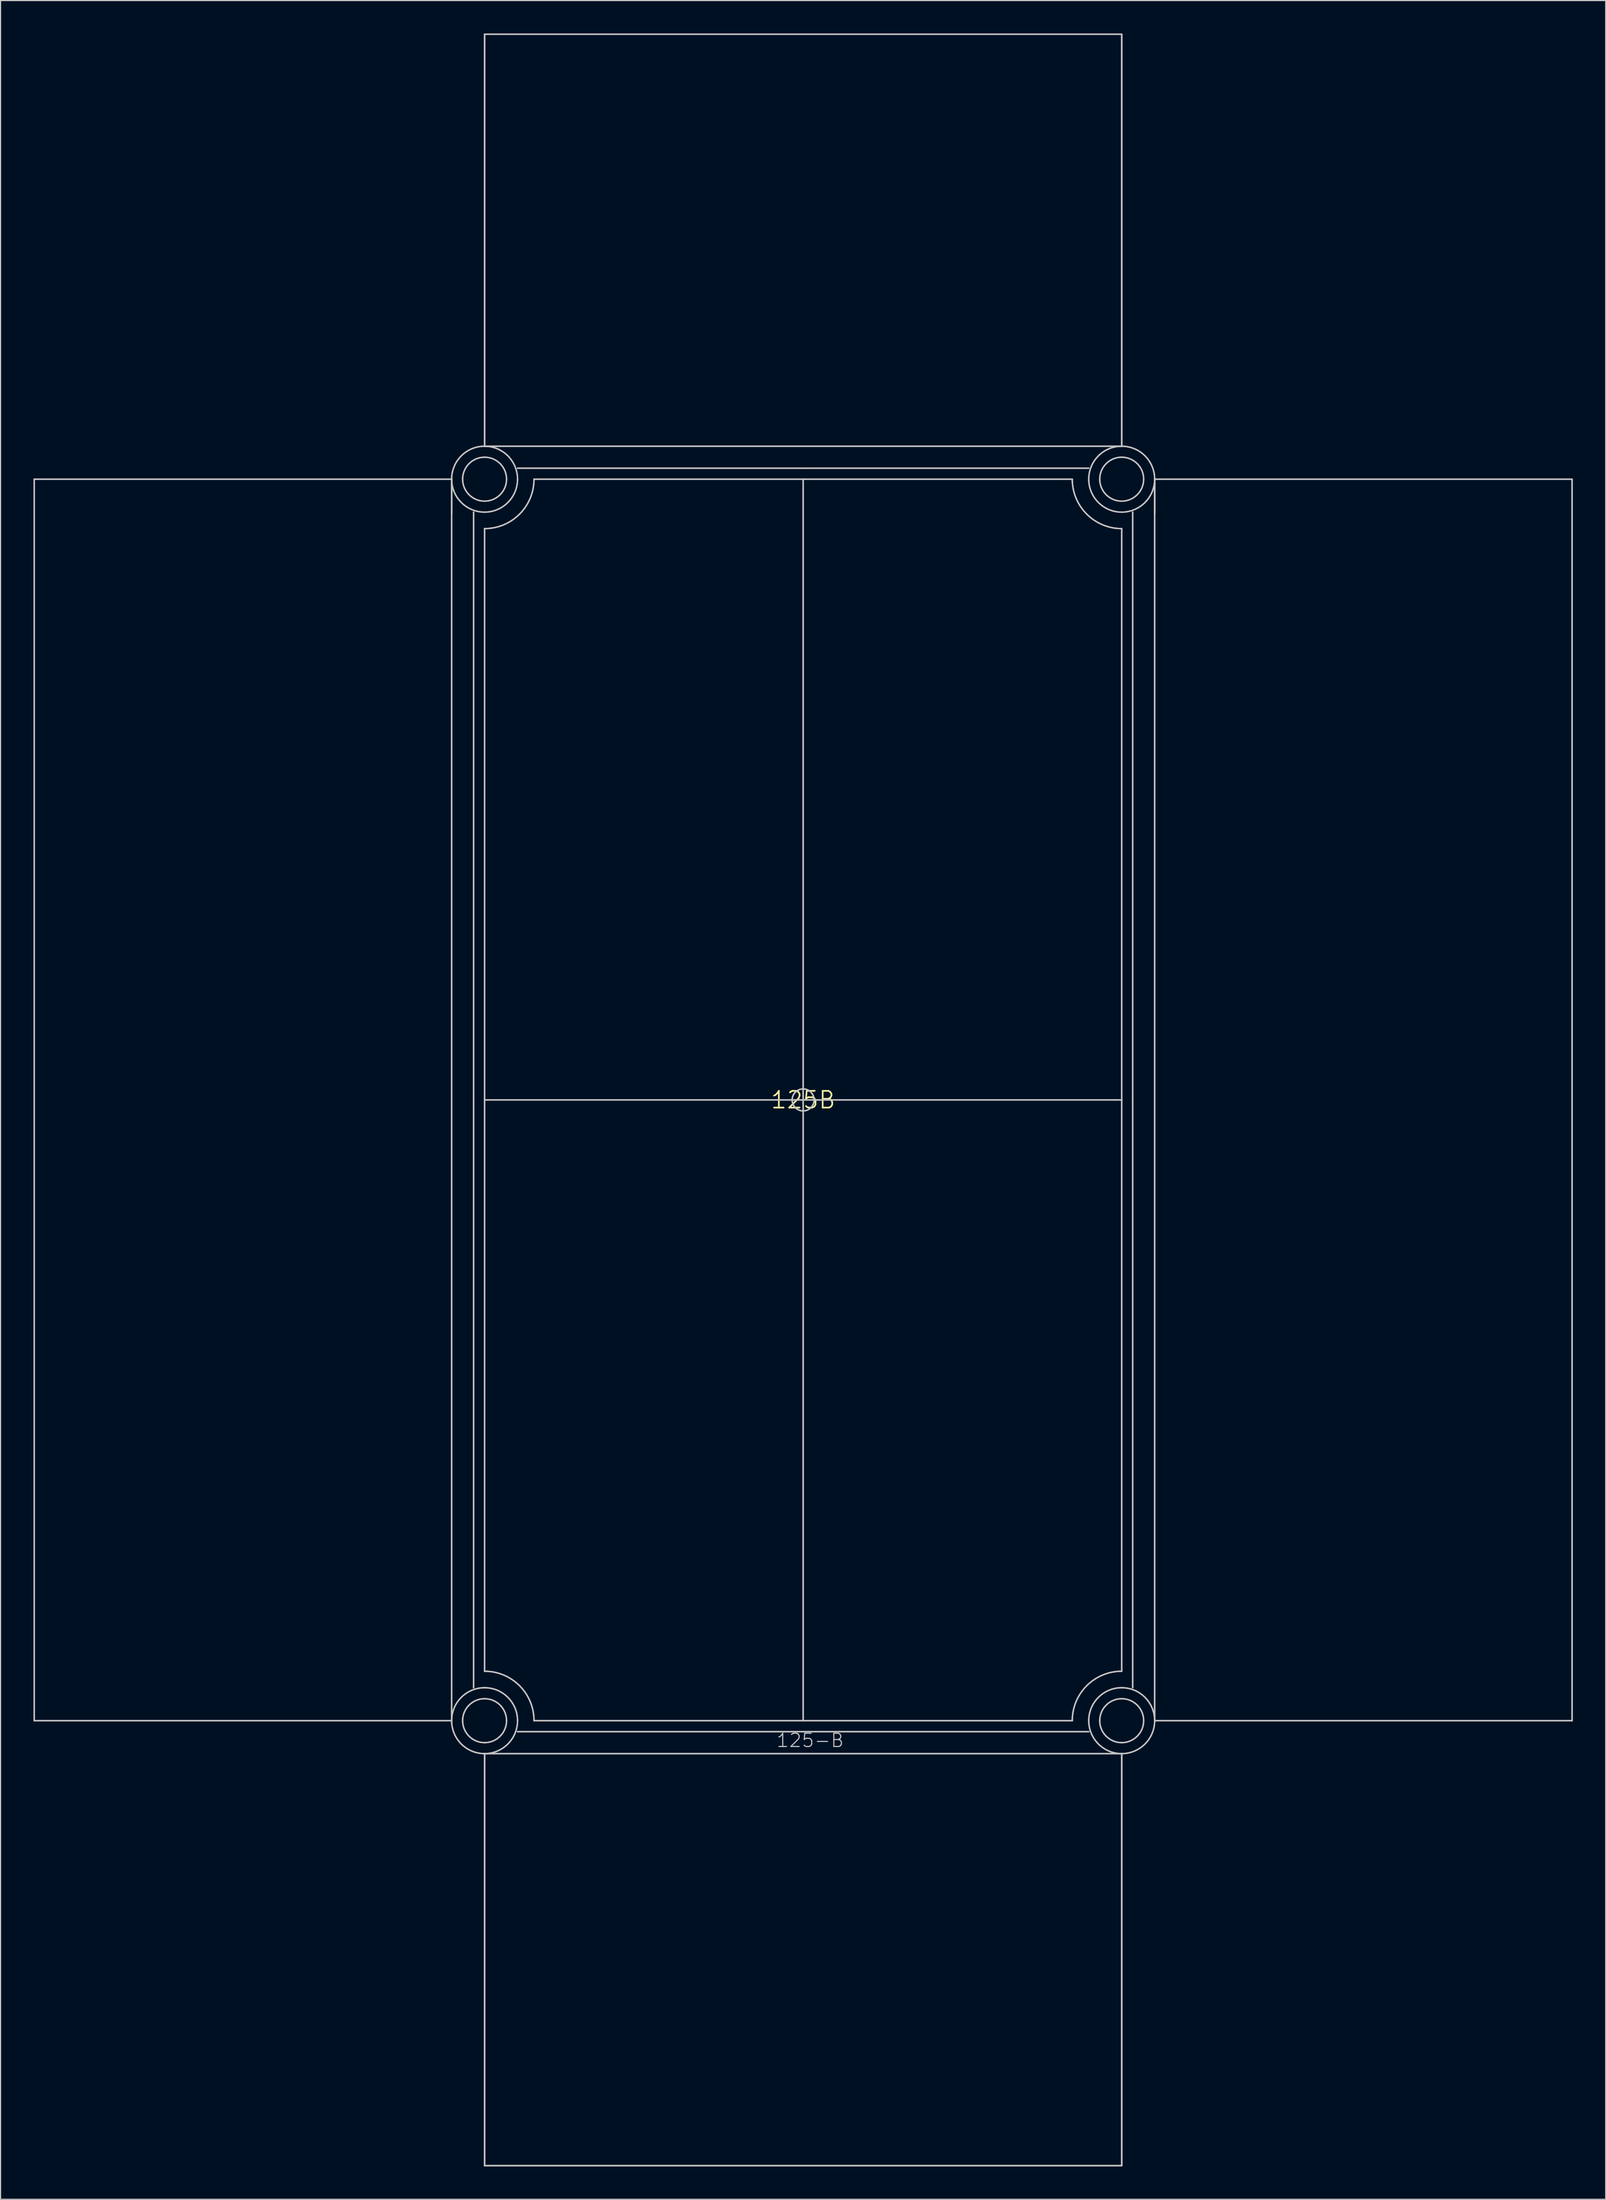
<source format=kicad_pcb>
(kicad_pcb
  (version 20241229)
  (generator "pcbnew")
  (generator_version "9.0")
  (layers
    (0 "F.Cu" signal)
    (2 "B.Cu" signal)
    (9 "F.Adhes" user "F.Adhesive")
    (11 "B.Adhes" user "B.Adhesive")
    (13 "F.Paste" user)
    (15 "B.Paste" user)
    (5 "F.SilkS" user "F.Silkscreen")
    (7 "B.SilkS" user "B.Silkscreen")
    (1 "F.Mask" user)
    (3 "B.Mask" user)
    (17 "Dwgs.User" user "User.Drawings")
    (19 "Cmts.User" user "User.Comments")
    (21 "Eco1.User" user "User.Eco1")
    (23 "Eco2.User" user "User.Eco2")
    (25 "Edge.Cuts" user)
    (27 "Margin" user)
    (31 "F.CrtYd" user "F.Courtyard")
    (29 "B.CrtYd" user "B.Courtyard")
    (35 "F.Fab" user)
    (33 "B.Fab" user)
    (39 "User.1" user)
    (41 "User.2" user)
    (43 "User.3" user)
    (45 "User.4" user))
  (footprint "125B"
    (layer "F.Cu")
    (at 70.064 97.064)
    (property "Reference" "125B" (at 0 0 0) (layer "F.SilkS") (effects (font (size 1.524 1.524) (thickness 0.15))))
    (attr through_hole)
    (fp_line (start -70 -56.5) (end -70 56.5) (stroke (width 0.127) (type solid)) (layer "Dwgs.User"))
    (fp_line (start -70 -56.5) (end -32 -56.5) (stroke (width 0.127) (type solid)) (layer "Dwgs.User"))
    (fp_line (start -70 56.5) (end -70 -56.5) (stroke (width 0.127) (type solid)) (layer "Dwgs.User"))
    (fp_line (start -70 56.5) (end -32 56.5) (stroke (width 0.127) (type solid)) (layer "Dwgs.User"))
    (fp_line (start -32 -56.5) (end -70 -56.5) (stroke (width 0.127) (type solid)) (layer "Dwgs.User"))
    (fp_line (start -32 -56.5) (end -32 -53.365) (stroke (width 0.127) (type solid)) (layer "Dwgs.User"))
    (fp_line (start -32 -56.5) (end -32 56.5) (stroke (width 0.127) (type solid)) (layer "Dwgs.User"))
    (fp_line (start -32 -53.365) (end -32 -56.5) (stroke (width 0.127) (type solid)) (layer "Dwgs.User"))
    (fp_line (start -32 56.5) (end -70 56.5) (stroke (width 0.127) (type solid)) (layer "Dwgs.User"))
    (fp_line (start -32 56.5) (end -32 -56.5) (stroke (width 0.127) (type solid)) (layer "Dwgs.User"))
    (fp_line (start -30 0) (end -30 -53.5) (stroke (width 0.127) (type solid)) (layer "Dwgs.User"))
    (fp_line (start -30 0) (end -30 -53.5) (stroke (width 0.127) (type solid)) (layer "Dwgs.User"))
    (fp_line (start -30 53.5) (end -30 0) (stroke (width 0.127) (type solid)) (layer "Dwgs.User"))
    (fp_line (start -30 53.5) (end -30 0) (stroke (width 0.127) (type solid)) (layer "Dwgs.User"))
    (fp_line (start -29 -97) (end -29 -59.5) (stroke (width 0.127) (type solid)) (layer "Dwgs.User"))
    (fp_line (start -29 -97) (end 29 -97) (stroke (width 0.127) (type solid)) (layer "Dwgs.User"))
    (fp_line (start -29 -59.5) (end -29 -97) (stroke (width 0.127) (type solid)) (layer "Dwgs.User"))
    (fp_line (start -29 -59.5) (end -29 -97) (stroke (width 0.127) (type solid)) (layer "Dwgs.User"))
    (fp_line (start -29 -59.5) (end 29 -59.5) (stroke (width 0.127) (type solid)) (layer "Dwgs.User"))
    (fp_line (start -29 0) (end -29 -52) (stroke (width 0.127) (type solid)) (layer "Dwgs.User"))
    (fp_line (start -29 0) (end -29 -52) (stroke (width 0.127) (type solid)) (layer "Dwgs.User"))
    (fp_line (start -29 0) (end 0 0) (stroke (width 0.127) (type solid)) (layer "Dwgs.User"))
    (fp_line (start -29 52) (end -29 0) (stroke (width 0.127) (type solid)) (layer "Dwgs.User"))
    (fp_line (start -29 52) (end -29 0) (stroke (width 0.127) (type solid)) (layer "Dwgs.User"))
    (fp_line (start -29 59.5) (end -29 97) (stroke (width 0.127) (type solid)) (layer "Dwgs.User"))
    (fp_line (start -29 59.5) (end -29 97) (stroke (width 0.127) (type solid)) (layer "Dwgs.User"))
    (fp_line (start -29 59.5) (end 29 59.5) (stroke (width 0.127) (type solid)) (layer "Dwgs.User"))
    (fp_line (start -29 97) (end -29 59.5) (stroke (width 0.127) (type solid)) (layer "Dwgs.User"))
    (fp_line (start -29 97) (end 29 97) (stroke (width 0.127) (type solid)) (layer "Dwgs.User"))
    (fp_line (start -26 -57.5) (end 0 -57.5) (stroke (width 0.127) (type solid)) (layer "Dwgs.User"))
    (fp_line (start -26 57.5) (end 0 57.5) (stroke (width 0.127) (type solid)) (layer "Dwgs.User"))
    (fp_line (start -24.5 -56.5) (end 0 -56.5) (stroke (width 0.127) (type solid)) (layer "Dwgs.User"))
    (fp_line (start -24.5 56.5) (end 0 56.5) (stroke (width 0.127) (type solid)) (layer "Dwgs.User"))
    (fp_line (start 0 -57.5) (end -26 -57.5) (stroke (width 0.127) (type solid)) (layer "Dwgs.User"))
    (fp_line (start 0 -57.5) (end 26 -57.5) (stroke (width 0.127) (type solid)) (layer "Dwgs.User"))
    (fp_line (start 0 -56.5) (end -24.5 -56.5) (stroke (width 0.127) (type solid)) (layer "Dwgs.User"))
    (fp_line (start 0 -56.5) (end 0 0) (stroke (width 0.127) (type solid)) (layer "Dwgs.User"))
    (fp_line (start 0 -56.5) (end 0 0) (stroke (width 0.127) (type solid)) (layer "Dwgs.User"))
    (fp_line (start 0 -56.5) (end 24.5 -56.5) (stroke (width 0.127) (type solid)) (layer "Dwgs.User"))
    (fp_line (start 0 0) (end -29 0) (stroke (width 0.127) (type solid)) (layer "Dwgs.User"))
    (fp_line (start 0 0) (end 0 56.5) (stroke (width 0.127) (type solid)) (layer "Dwgs.User"))
    (fp_line (start 0 0) (end 0 56.5) (stroke (width 0.127) (type solid)) (layer "Dwgs.User"))
    (fp_line (start 0 0) (end 29 0) (stroke (width 0.127) (type solid)) (layer "Dwgs.User"))
    (fp_line (start 0 56.5) (end -24.5 56.5) (stroke (width 0.127) (type solid)) (layer "Dwgs.User"))
    (fp_line (start 0 56.5) (end 24.5 56.5) (stroke (width 0.127) (type solid)) (layer "Dwgs.User"))
    (fp_line (start 0 57.5) (end -26 57.5) (stroke (width 0.127) (type solid)) (layer "Dwgs.User"))
    (fp_line (start 0 57.5) (end 26 57.5) (stroke (width 0.127) (type solid)) (layer "Dwgs.User"))
    (fp_line (start 24.5 -56.5) (end 0 -56.5) (stroke (width 0.127) (type solid)) (layer "Dwgs.User"))
    (fp_line (start 24.5 56.5) (end 0 56.5) (stroke (width 0.127) (type solid)) (layer "Dwgs.User"))
    (fp_line (start 26 -57.5) (end 0 -57.5) (stroke (width 0.127) (type solid)) (layer "Dwgs.User"))
    (fp_line (start 26 57.5) (end 0 57.5) (stroke (width 0.127) (type solid)) (layer "Dwgs.User"))
    (fp_line (start 29 -97) (end -29 -97) (stroke (width 0.127) (type solid)) (layer "Dwgs.User"))
    (fp_line (start 29 -97) (end 29 -59.5) (stroke (width 0.127) (type solid)) (layer "Dwgs.User"))
    (fp_line (start 29 -59.5) (end -29 -59.5) (stroke (width 0.127) (type solid)) (layer "Dwgs.User"))
    (fp_line (start 29 -59.5) (end 29 -97) (stroke (width 0.127) (type solid)) (layer "Dwgs.User"))
    (fp_line (start 29 -59.5) (end 29 -97) (stroke (width 0.127) (type solid)) (layer "Dwgs.User"))
    (fp_line (start 29 0) (end 0 0) (stroke (width 0.127) (type solid)) (layer "Dwgs.User"))
    (fp_line (start 29 0) (end 29 -52) (stroke (width 0.127) (type solid)) (layer "Dwgs.User"))
    (fp_line (start 29 0) (end 29 -52) (stroke (width 0.127) (type solid)) (layer "Dwgs.User"))
    (fp_line (start 29 52) (end 29 0) (stroke (width 0.127) (type solid)) (layer "Dwgs.User"))
    (fp_line (start 29 52) (end 29 0) (stroke (width 0.127) (type solid)) (layer "Dwgs.User"))
    (fp_line (start 29 59.5) (end -29 59.5) (stroke (width 0.127) (type solid)) (layer "Dwgs.User"))
    (fp_line (start 29 59.5) (end 29 97) (stroke (width 0.127) (type solid)) (layer "Dwgs.User"))
    (fp_line (start 29 59.5) (end 29 97) (stroke (width 0.127) (type solid)) (layer "Dwgs.User"))
    (fp_line (start 29 97) (end -29 97) (stroke (width 0.127) (type solid)) (layer "Dwgs.User"))
    (fp_line (start 29 97) (end 29 59.5) (stroke (width 0.127) (type solid)) (layer "Dwgs.User"))
    (fp_line (start 30 0) (end 30 -53.5) (stroke (width 0.127) (type solid)) (layer "Dwgs.User"))
    (fp_line (start 30 0) (end 30 -53.5) (stroke (width 0.127) (type solid)) (layer "Dwgs.User"))
    (fp_line (start 30 53.5) (end 30 0) (stroke (width 0.127) (type solid)) (layer "Dwgs.User"))
    (fp_line (start 30 53.5) (end 30 0) (stroke (width 0.127) (type solid)) (layer "Dwgs.User"))
    (fp_line (start 32 -56.5) (end 32 -53.365) (stroke (width 0.127) (type solid)) (layer "Dwgs.User"))
    (fp_line (start 32 -56.5) (end 32 56.5) (stroke (width 0.127) (type solid)) (layer "Dwgs.User"))
    (fp_line (start 32 -56.5) (end 70 -56.5) (stroke (width 0.127) (type solid)) (layer "Dwgs.User"))
    (fp_line (start 32 -53.365) (end 32 -56.5) (stroke (width 0.127) (type solid)) (layer "Dwgs.User"))
    (fp_line (start 32 56.5) (end 32 -56.5) (stroke (width 0.127) (type solid)) (layer "Dwgs.User"))
    (fp_line (start 32 56.5) (end 70 56.5) (stroke (width 0.127) (type solid)) (layer "Dwgs.User"))
    (fp_line (start 70 -56.5) (end 32 -56.5) (stroke (width 0.127) (type solid)) (layer "Dwgs.User"))
    (fp_line (start 70 -56.5) (end 70 56.5) (stroke (width 0.127) (type solid)) (layer "Dwgs.User"))
    (fp_line (start 70 56.5) (end 32 56.5) (stroke (width 0.127) (type solid)) (layer "Dwgs.User"))
    (fp_line (start 70 56.5) (end 70 -56.5) (stroke (width 0.127) (type solid)) (layer "Dwgs.User"))
    (fp_arc (start -29 52) (mid -25.818019 53.318019) (end -24.5 56.5) (stroke (width 0.127) (type solid)) (layer "Dwgs.User"))
    (fp_arc (start -29 52) (mid -25.818019 53.318019) (end -24.5 56.5) (stroke (width 0.127) (type solid)) (layer "Dwgs.User"))
    (fp_arc (start -24.5 -56.5) (mid -25.818019 -53.318019) (end -29 -52) (stroke (width 0.127) (type solid)) (layer "Dwgs.User"))
    (fp_arc (start -24.5 -56.5) (mid -25.818019 -53.318019) (end -29 -52) (stroke (width 0.127) (type solid)) (layer "Dwgs.User"))
    (fp_arc (start 24.5 56.5) (mid 25.818019 53.318019) (end 29 52) (stroke (width 0.127) (type solid)) (layer "Dwgs.User"))
    (fp_arc (start 24.5 56.5) (mid 25.818019 53.318019) (end 29 52) (stroke (width 0.127) (type solid)) (layer "Dwgs.User"))
    (fp_arc (start 29 -52) (mid 25.818019 -53.318019) (end 24.5 -56.5) (stroke (width 0.127) (type solid)) (layer "Dwgs.User"))
    (fp_arc (start 29 -52) (mid 25.818019 -53.318019) (end 24.5 -56.5) (stroke (width 0.127) (type solid)) (layer "Dwgs.User"))
    (fp_circle (center -29 -56.5) (end -27 -56.5) (stroke (width 0.127) (type solid)) (fill no) (layer "Dwgs.User"))
    (fp_circle (center -29 -56.5) (end -27 -56.5) (stroke (width 0.127) (type solid)) (fill no) (layer "Dwgs.User"))
    (fp_circle (center -29 -56.5) (end -26 -56.5) (stroke (width 0.127) (type solid)) (fill no) (layer "Dwgs.User"))
    (fp_circle (center -29 -56.5) (end -26 -56.5) (stroke (width 0.127) (type solid)) (fill no) (layer "Dwgs.User"))
    (fp_circle (center -29 56.5) (end -27 56.5) (stroke (width 0.127) (type solid)) (fill no) (layer "Dwgs.User"))
    (fp_circle (center -29 56.5) (end -27 56.5) (stroke (width 0.127) (type solid)) (fill no) (layer "Dwgs.User"))
    (fp_circle (center -29 56.5) (end -26 56.5) (stroke (width 0.127) (type solid)) (fill no) (layer "Dwgs.User"))
    (fp_circle (center -29 56.5) (end -26 56.5) (stroke (width 0.127) (type solid)) (fill no) (layer "Dwgs.User"))
    (fp_circle (center 0 0) (end 1 0) (stroke (width 0.127) (type solid)) (fill no) (layer "Dwgs.User"))
    (fp_circle (center 0 0) (end 1 0) (stroke (width 0.127) (type solid)) (fill no) (layer "Dwgs.User"))
    (fp_circle (center 29 -56.5) (end 31 -56.5) (stroke (width 0.127) (type solid)) (fill no) (layer "Dwgs.User"))
    (fp_circle (center 29 -56.5) (end 31 -56.5) (stroke (width 0.127) (type solid)) (fill no) (layer "Dwgs.User"))
    (fp_circle (center 29 -56.5) (end 32 -56.5) (stroke (width 0.127) (type solid)) (fill no) (layer "Dwgs.User"))
    (fp_circle (center 29 -56.5) (end 32 -56.5) (stroke (width 0.127) (type solid)) (fill no) (layer "Dwgs.User"))
    (fp_circle (center 29 56.5) (end 31 56.5) (stroke (width 0.127) (type solid)) (fill no) (layer "Dwgs.User"))
    (fp_circle (center 29 56.5) (end 31 56.5) (stroke (width 0.127) (type solid)) (fill no) (layer "Dwgs.User"))
    (fp_circle (center 29 56.5) (end 32 56.5) (stroke (width 0.127) (type solid)) (fill no) (layer "Dwgs.User"))
    (fp_circle (center 29 56.5) (end 32 56.5) (stroke (width 0.127) (type solid)) (fill no) (layer "Dwgs.User"))
    (fp_text user "125-B" (at -2.5 59 0) (layer "Dwgs.User") (effects (font (size 1.206 1.206) (thickness 0.102)) (justify left bottom))))
  (gr_rect
    (start -3 -3)
    (end 143.127 197.127)
    (stroke (width 0.1) (type default))
    (fill no)
    (layer "Edge.Cuts")))
</source>
